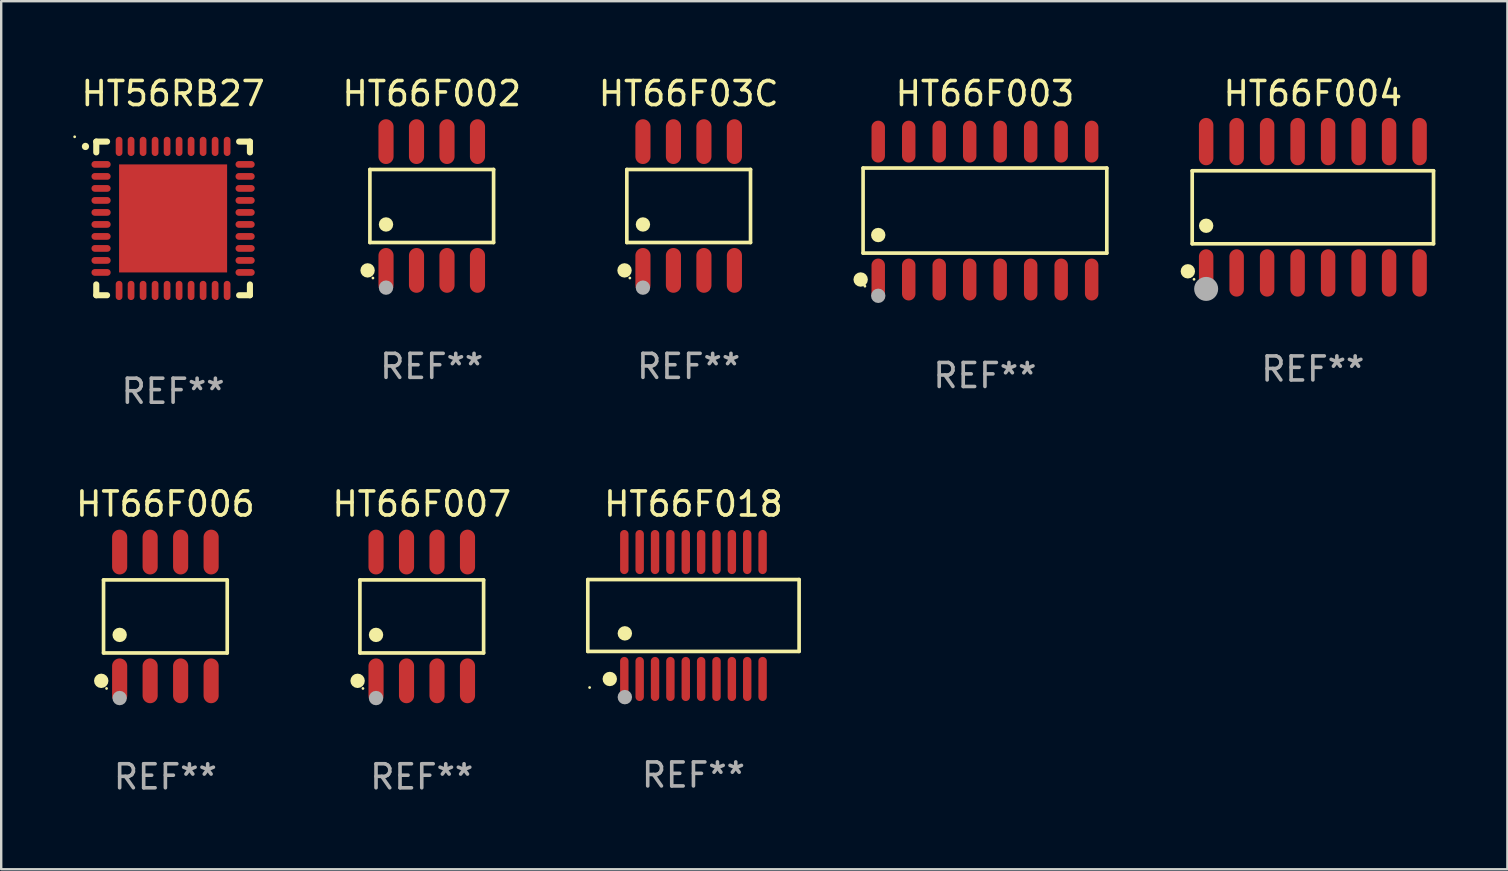
<source format=kicad_pcb>
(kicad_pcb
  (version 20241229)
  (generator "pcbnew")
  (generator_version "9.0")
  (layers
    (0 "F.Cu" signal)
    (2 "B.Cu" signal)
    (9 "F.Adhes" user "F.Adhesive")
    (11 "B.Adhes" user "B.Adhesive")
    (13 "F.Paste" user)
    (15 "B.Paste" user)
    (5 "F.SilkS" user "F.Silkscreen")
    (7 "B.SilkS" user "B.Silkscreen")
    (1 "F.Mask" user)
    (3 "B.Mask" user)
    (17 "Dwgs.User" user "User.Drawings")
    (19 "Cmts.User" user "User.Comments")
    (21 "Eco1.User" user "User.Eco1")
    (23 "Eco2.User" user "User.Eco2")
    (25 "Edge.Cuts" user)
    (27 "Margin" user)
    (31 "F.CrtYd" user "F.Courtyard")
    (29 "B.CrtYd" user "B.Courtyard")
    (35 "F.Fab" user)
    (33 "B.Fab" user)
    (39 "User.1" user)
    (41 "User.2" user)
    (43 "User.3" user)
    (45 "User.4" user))
  (footprint "HT66F018"
    (layer "F.Cu")
    (at 25.835 22.588)
    (property "Reference" "HT66F018" (at 0 -4.644 0) (layer "F.SilkS") (effects (font (size 1 1) (thickness 0.15))))
    (attr through_hole)
    (fp_line (start -4.401 -1.497) (end 4.401 -1.497) (stroke (width 0.152) (type solid)) (layer "F.SilkS"))
    (fp_line (start -4.401 1.496) (end -4.401 -1.497) (stroke (width 0.152) (type solid)) (layer "F.SilkS"))
    (fp_line (start 4.401 -1.497) (end 4.401 1.496) (stroke (width 0.152) (type solid)) (layer "F.SilkS"))
    (fp_line (start 4.401 1.496) (end -4.401 1.496) (stroke (width 0.152) (type solid)) (layer "F.SilkS"))
    (fp_circle (center -4.325 3) (end -4.295 3) (stroke (width 0.06) (type solid)) (fill no) (layer "F.SilkS"))
    (fp_circle (center -3.485 2.644) (end -3.335 2.644) (stroke (width 0.3) (type solid)) (fill no) (layer "F.SilkS"))
    (fp_circle (center -2.858 0.744) (end -2.707 0.744) (stroke (width 0.3) (type solid)) (fill no) (layer "F.SilkS"))
    (fp_circle (center -2.858 3.4) (end -2.707 3.4) (stroke (width 0.3) (type solid)) (fill no) (layer "F.Fab"))
    (fp_text user "REF**" (at 0 6.644 0) (layer "F.Fab") (effects (font (size 1 1) (thickness 0.15))))
    (pad "1" smd oval (at -2.88 2.644) (size 0.35 1.837) (layers "F.Cu" "F.Mask" "F.Paste"))
    (pad "2" smd oval (at -2.24 2.644) (size 0.35 1.837) (layers "F.Cu" "F.Mask" "F.Paste"))
    (pad "3" smd oval (at -1.6 2.644) (size 0.35 1.837) (layers "F.Cu" "F.Mask" "F.Paste"))
    (pad "4" smd oval (at -0.96 2.644) (size 0.35 1.837) (layers "F.Cu" "F.Mask" "F.Paste"))
    (pad "5" smd oval (at -0.32 2.644) (size 0.35 1.837) (layers "F.Cu" "F.Mask" "F.Paste"))
    (pad "6" smd oval (at 0.32 2.644) (size 0.35 1.837) (layers "F.Cu" "F.Mask" "F.Paste"))
    (pad "7" smd oval (at 0.96 2.644) (size 0.35 1.837) (layers "F.Cu" "F.Mask" "F.Paste"))
    (pad "8" smd oval (at 1.6 2.644) (size 0.35 1.837) (layers "F.Cu" "F.Mask" "F.Paste"))
    (pad "9" smd oval (at 2.24 2.644) (size 0.35 1.837) (layers "F.Cu" "F.Mask" "F.Paste"))
    (pad "10" smd oval (at 2.88 2.644) (size 0.35 1.837) (layers "F.Cu" "F.Mask" "F.Paste"))
    (pad "11" smd oval (at 2.88 -2.644 180) (size 0.35 1.837) (layers "F.Cu" "F.Mask" "F.Paste"))
    (pad "12" smd oval (at 2.24 -2.644 180) (size 0.35 1.837) (layers "F.Cu" "F.Mask" "F.Paste"))
    (pad "13" smd oval (at 1.6 -2.644 180) (size 0.35 1.837) (layers "F.Cu" "F.Mask" "F.Paste"))
    (pad "14" smd oval (at 0.96 -2.644 180) (size 0.35 1.837) (layers "F.Cu" "F.Mask" "F.Paste"))
    (pad "15" smd oval (at 0.32 -2.644 180) (size 0.35 1.837) (layers "F.Cu" "F.Mask" "F.Paste"))
    (pad "16" smd oval (at -0.32 -2.644 180) (size 0.35 1.837) (layers "F.Cu" "F.Mask" "F.Paste"))
    (pad "17" smd oval (at -0.96 -2.644 180) (size 0.35 1.837) (layers "F.Cu" "F.Mask" "F.Paste"))
    (pad "18" smd oval (at -1.6 -2.644 180) (size 0.35 1.837) (layers "F.Cu" "F.Mask" "F.Paste"))
    (pad "19" smd oval (at -2.24 -2.644 180) (size 0.35 1.837) (layers "F.Cu" "F.Mask" "F.Paste"))
    (pad "20" smd oval (at -2.88 -2.644 180) (size 0.35 1.837) (layers "F.Cu" "F.Mask" "F.Paste")))
  (footprint "HT66F003"
    (layer "F.Cu")
    (at 37.977 5.721)
    (property "Reference" "HT66F003" (at 0 -4.872 0) (layer "F.SilkS") (effects (font (size 1 1) (thickness 0.15))))
    (attr through_hole)
    (fp_line (start -5.076 -1.771) (end 5.076 -1.771) (stroke (width 0.152) (type solid)) (layer "F.SilkS"))
    (fp_line (start -5.076 1.771) (end -5.076 -1.771) (stroke (width 0.152) (type solid)) (layer "F.SilkS"))
    (fp_line (start 5.076 -1.771) (end 5.076 1.771) (stroke (width 0.152) (type solid)) (layer "F.SilkS"))
    (fp_line (start 5.076 1.771) (end -5.076 1.771) (stroke (width 0.152) (type solid)) (layer "F.SilkS"))
    (fp_circle (center -5.177 2.872) (end -5.027 2.872) (stroke (width 0.3) (type solid)) (fill no) (layer "F.SilkS"))
    (fp_circle (center -5 3.15) (end -4.97 3.15) (stroke (width 0.06) (type solid)) (fill no) (layer "F.SilkS"))
    (fp_circle (center -4.445 1.019) (end -4.295 1.019) (stroke (width 0.3) (type solid)) (fill no) (layer "F.SilkS"))
    (fp_circle (center -4.445 3.55) (end -4.295 3.55) (stroke (width 0.3) (type solid)) (fill no) (layer "F.Fab"))
    (fp_text user "REF**" (at 0 6.872 0) (layer "F.Fab") (effects (font (size 1 1) (thickness 0.15))))
    (pad "1" smd oval (at -4.445 2.872) (size 0.56 1.745) (layers "F.Cu" "F.Mask" "F.Paste"))
    (pad "2" smd oval (at -3.175 2.872) (size 0.56 1.745) (layers "F.Cu" "F.Mask" "F.Paste"))
    (pad "3" smd oval (at -1.905 2.872) (size 0.56 1.745) (layers "F.Cu" "F.Mask" "F.Paste"))
    (pad "4" smd oval (at -0.635 2.872) (size 0.56 1.745) (layers "F.Cu" "F.Mask" "F.Paste"))
    (pad "5" smd oval (at 0.635 2.872) (size 0.56 1.745) (layers "F.Cu" "F.Mask" "F.Paste"))
    (pad "6" smd oval (at 1.905 2.872) (size 0.56 1.745) (layers "F.Cu" "F.Mask" "F.Paste"))
    (pad "7" smd oval (at 3.175 2.872) (size 0.56 1.745) (layers "F.Cu" "F.Mask" "F.Paste"))
    (pad "8" smd oval (at 4.445 2.872) (size 0.56 1.745) (layers "F.Cu" "F.Mask" "F.Paste"))
    (pad "9" smd oval (at 4.445 -2.872) (size 0.56 1.745) (layers "F.Cu" "F.Mask" "F.Paste"))
    (pad "10" smd oval (at 3.175 -2.872) (size 0.56 1.745) (layers "F.Cu" "F.Mask" "F.Paste"))
    (pad "11" smd oval (at 1.905 -2.872) (size 0.56 1.745) (layers "F.Cu" "F.Mask" "F.Paste"))
    (pad "12" smd oval (at 0.635 -2.872) (size 0.56 1.745) (layers "F.Cu" "F.Mask" "F.Paste"))
    (pad "13" smd oval (at -0.635 -2.872) (size 0.56 1.745) (layers "F.Cu" "F.Mask" "F.Paste"))
    (pad "14" smd oval (at -1.905 -2.872) (size 0.56 1.745) (layers "F.Cu" "F.Mask" "F.Paste"))
    (pad "15" smd oval (at -3.175 -2.872) (size 0.56 1.745) (layers "F.Cu" "F.Mask" "F.Paste"))
    (pad "16" smd oval (at -4.445 -2.872) (size 0.56 1.745) (layers "F.Cu" "F.Mask" "F.Paste")))
  (footprint "HT56RB27"
    (layer "F.Cu")
    (at 4.16 6.048)
    (property "Reference" "HT56RB27" (at 0 -5.2 0) (layer "F.SilkS") (effects (font (size 1 1) (thickness 0.15))))
    (attr through_hole)
    (fp_line (start -3.2 -3.2) (end -2.75 -3.2) (stroke (width 0.254) (type solid)) (layer "F.SilkS"))
    (fp_line (start -3.2 -2.75) (end -3.2 -3.2) (stroke (width 0.254) (type solid)) (layer "F.SilkS"))
    (fp_line (start -3.2 3.2) (end -3.2 2.75) (stroke (width 0.254) (type solid)) (layer "F.SilkS"))
    (fp_line (start -2.75 3.2) (end -3.2 3.2) (stroke (width 0.254) (type solid)) (layer "F.SilkS"))
    (fp_line (start 2.75 3.2) (end 3.2 3.2) (stroke (width 0.254) (type solid)) (layer "F.SilkS"))
    (fp_line (start 3.2 -3.2) (end 2.75 -3.2) (stroke (width 0.254) (type solid)) (layer "F.SilkS"))
    (fp_line (start 3.2 -2.75) (end 3.2 -3.2) (stroke (width 0.254) (type solid)) (layer "F.SilkS"))
    (fp_line (start 3.2 3.2) (end 3.2 2.75) (stroke (width 0.254) (type solid)) (layer "F.SilkS"))
    (fp_arc (start -3.649987 -2.997206) (mid -3.649992 -2.998476) (end -3.649987 -2.999746) (stroke (width 0.3) (type solid)) (layer "F.SilkS"))
    (fp_circle (center -4.1 -3.4) (end -4.07 -3.4) (stroke (width 0.06) (type solid)) (fill no) (layer "F.SilkS"))
    (fp_text user "REF**" (at 0 7.2 0) (layer "F.Fab") (effects (font (size 1 1) (thickness 0.15))))
    (pad "1" smd oval (at -3 -2.25 90) (size 0.28 0.8) (layers "F.Cu" "F.Mask" "F.Paste"))
    (pad "2" smd oval (at -3 -1.75 90) (size 0.28 0.8) (layers "F.Cu" "F.Mask" "F.Paste"))
    (pad "3" smd oval (at -3 -1.25 90) (size 0.28 0.8) (layers "F.Cu" "F.Mask" "F.Paste"))
    (pad "4" smd oval (at -3 -0.75 90) (size 0.28 0.8) (layers "F.Cu" "F.Mask" "F.Paste"))
    (pad "5" smd oval (at -3 -0.25 90) (size 0.28 0.8) (layers "F.Cu" "F.Mask" "F.Paste"))
    (pad "6" smd oval (at -3 0.25 90) (size 0.28 0.8) (layers "F.Cu" "F.Mask" "F.Paste"))
    (pad "7" smd oval (at -3 0.75 90) (size 0.28 0.8) (layers "F.Cu" "F.Mask" "F.Paste"))
    (pad "8" smd oval (at -3 1.25 90) (size 0.28 0.8) (layers "F.Cu" "F.Mask" "F.Paste"))
    (pad "9" smd oval (at -3 1.75 90) (size 0.28 0.8) (layers "F.Cu" "F.Mask" "F.Paste"))
    (pad "10" smd oval (at -3 2.25 90) (size 0.28 0.8) (layers "F.Cu" "F.Mask" "F.Paste"))
    (pad "11" smd oval (at -2.25 3) (size 0.28 0.8) (layers "F.Cu" "F.Mask" "F.Paste"))
    (pad "12" smd oval (at -1.75 3) (size 0.28 0.8) (layers "F.Cu" "F.Mask" "F.Paste"))
    (pad "13" smd oval (at -1.25 3) (size 0.28 0.8) (layers "F.Cu" "F.Mask" "F.Paste"))
    (pad "14" smd oval (at -0.75 3) (size 0.28 0.8) (layers "F.Cu" "F.Mask" "F.Paste"))
    (pad "15" smd oval (at -0.25 3) (size 0.28 0.8) (layers "F.Cu" "F.Mask" "F.Paste"))
    (pad "16" smd oval (at 0.25 3) (size 0.28 0.8) (layers "F.Cu" "F.Mask" "F.Paste"))
    (pad "17" smd oval (at 0.75 3) (size 0.28 0.8) (layers "F.Cu" "F.Mask" "F.Paste"))
    (pad "18" smd oval (at 1.25 3) (size 0.28 0.8) (layers "F.Cu" "F.Mask" "F.Paste"))
    (pad "19" smd oval (at 1.75 3) (size 0.28 0.8) (layers "F.Cu" "F.Mask" "F.Paste"))
    (pad "20" smd oval (at 2.25 3) (size 0.28 0.8) (layers "F.Cu" "F.Mask" "F.Paste"))
    (pad "21" smd oval (at 3 2.25 90) (size 0.28 0.8) (layers "F.Cu" "F.Mask" "F.Paste"))
    (pad "22" smd oval (at 3 1.75 90) (size 0.28 0.8) (layers "F.Cu" "F.Mask" "F.Paste"))
    (pad "23" smd oval (at 3 1.25 90) (size 0.28 0.8) (layers "F.Cu" "F.Mask" "F.Paste"))
    (pad "24" smd oval (at 3 0.75 90) (size 0.28 0.8) (layers "F.Cu" "F.Mask" "F.Paste"))
    (pad "25" smd oval (at 3 0.25 90) (size 0.28 0.8) (layers "F.Cu" "F.Mask" "F.Paste"))
    (pad "26" smd oval (at 3 -0.25 90) (size 0.28 0.8) (layers "F.Cu" "F.Mask" "F.Paste"))
    (pad "27" smd oval (at 3 -0.75 90) (size 0.28 0.8) (layers "F.Cu" "F.Mask" "F.Paste"))
    (pad "28" smd oval (at 3 -1.25 90) (size 0.28 0.8) (layers "F.Cu" "F.Mask" "F.Paste"))
    (pad "29" smd oval (at 3 -1.75 90) (size 0.28 0.8) (layers "F.Cu" "F.Mask" "F.Paste"))
    (pad "30" smd oval (at 3 -2.25 90) (size 0.28 0.8) (layers "F.Cu" "F.Mask" "F.Paste"))
    (pad "31" smd oval (at 2.25 -3) (size 0.28 0.8) (layers "F.Cu" "F.Mask" "F.Paste"))
    (pad "32" smd oval (at 1.75 -3) (size 0.28 0.8) (layers "F.Cu" "F.Mask" "F.Paste"))
    (pad "33" smd oval (at 1.25 -3) (size 0.28 0.8) (layers "F.Cu" "F.Mask" "F.Paste"))
    (pad "34" smd oval (at 0.75 -3) (size 0.28 0.8) (layers "F.Cu" "F.Mask" "F.Paste"))
    (pad "35" smd oval (at 0.25 -3) (size 0.28 0.8) (layers "F.Cu" "F.Mask" "F.Paste"))
    (pad "36" smd oval (at -0.25 -3) (size 0.28 0.8) (layers "F.Cu" "F.Mask" "F.Paste"))
    (pad "37" smd oval (at -0.75 -3) (size 0.28 0.8) (layers "F.Cu" "F.Mask" "F.Paste"))
    (pad "38" smd oval (at -1.25 -3) (size 0.28 0.8) (layers "F.Cu" "F.Mask" "F.Paste"))
    (pad "39" smd oval (at -1.75 -3) (size 0.28 0.8) (layers "F.Cu" "F.Mask" "F.Paste"))
    (pad "40" smd oval (at -2.25 -3) (size 0.28 0.8) (layers "F.Cu" "F.Mask" "F.Paste"))
    (pad "41" smd rect (at 0 0) (size 4.5 4.5) (layers "F.Cu" "F.Mask" "F.Paste")))
  (footprint "HT66F03C"
    (layer "F.Cu")
    (at 25.636 5.531)
    (property "Reference" "HT66F03C" (at 0 -4.682 0) (layer "F.SilkS") (effects (font (size 1 1) (thickness 0.15))))
    (attr through_hole)
    (fp_line (start -2.576 -1.521) (end 2.576 -1.521) (stroke (width 0.152) (type solid)) (layer "F.SilkS"))
    (fp_line (start -2.576 1.521) (end -2.576 -1.521) (stroke (width 0.152) (type solid)) (layer "F.SilkS"))
    (fp_line (start 2.576 -1.521) (end 2.576 1.521) (stroke (width 0.152) (type solid)) (layer "F.SilkS"))
    (fp_line (start 2.576 1.521) (end -2.576 1.521) (stroke (width 0.152) (type solid)) (layer "F.SilkS"))
    (fp_circle (center -2.672 2.682) (end -2.522 2.682) (stroke (width 0.3) (type solid)) (fill no) (layer "F.SilkS"))
    (fp_circle (center -2.45 3) (end -2.42 3) (stroke (width 0.06) (type solid)) (fill no) (layer "F.SilkS"))
    (fp_circle (center -1.905 0.769) (end -1.755 0.769) (stroke (width 0.3) (type solid)) (fill no) (layer "F.SilkS"))
    (fp_circle (center -1.905 3.4) (end -1.755 3.4) (stroke (width 0.3) (type solid)) (fill no) (layer "F.Fab"))
    (fp_text user "REF**" (at 0 6.682 0) (layer "F.Fab") (effects (font (size 1 1) (thickness 0.15))))
    (pad "1" smd oval (at -1.905 2.682) (size 0.63 1.865) (layers "F.Cu" "F.Mask" "F.Paste"))
    (pad "2" smd oval (at -0.635 2.682) (size 0.63 1.865) (layers "F.Cu" "F.Mask" "F.Paste"))
    (pad "3" smd oval (at 0.635 2.682) (size 0.63 1.865) (layers "F.Cu" "F.Mask" "F.Paste"))
    (pad "4" smd oval (at 1.905 2.682) (size 0.63 1.865) (layers "F.Cu" "F.Mask" "F.Paste"))
    (pad "5" smd oval (at 1.905 -2.682) (size 0.63 1.865) (layers "F.Cu" "F.Mask" "F.Paste"))
    (pad "6" smd oval (at 0.635 -2.682) (size 0.63 1.865) (layers "F.Cu" "F.Mask" "F.Paste"))
    (pad "7" smd oval (at -0.635 -2.682) (size 0.63 1.865) (layers "F.Cu" "F.Mask" "F.Paste"))
    (pad "8" smd oval (at -1.905 -2.682) (size 0.63 1.865) (layers "F.Cu" "F.Mask" "F.Paste")))
  (footprint "HT66F007"
    (layer "F.Cu")
    (at 14.518 22.627)
    (property "Reference" "HT66F007" (at 0 -4.682 0) (layer "F.SilkS") (effects (font (size 1 1) (thickness 0.15))))
    (attr through_hole)
    (fp_line (start -2.576 -1.521) (end 2.576 -1.521) (stroke (width 0.152) (type solid)) (layer "F.SilkS"))
    (fp_line (start -2.576 1.521) (end -2.576 -1.521) (stroke (width 0.152) (type solid)) (layer "F.SilkS"))
    (fp_line (start 2.576 -1.521) (end 2.576 1.521) (stroke (width 0.152) (type solid)) (layer "F.SilkS"))
    (fp_line (start 2.576 1.521) (end -2.576 1.521) (stroke (width 0.152) (type solid)) (layer "F.SilkS"))
    (fp_circle (center -2.672 2.682) (end -2.522 2.682) (stroke (width 0.3) (type solid)) (fill no) (layer "F.SilkS"))
    (fp_circle (center -2.45 3) (end -2.42 3) (stroke (width 0.06) (type solid)) (fill no) (layer "F.SilkS"))
    (fp_circle (center -1.905 0.769) (end -1.755 0.769) (stroke (width 0.3) (type solid)) (fill no) (layer "F.SilkS"))
    (fp_circle (center -1.905 3.4) (end -1.755 3.4) (stroke (width 0.3) (type solid)) (fill no) (layer "F.Fab"))
    (fp_text user "REF**" (at 0 6.682 0) (layer "F.Fab") (effects (font (size 1 1) (thickness 0.15))))
    (pad "1" smd oval (at -1.905 2.682) (size 0.63 1.865) (layers "F.Cu" "F.Mask" "F.Paste"))
    (pad "2" smd oval (at -0.635 2.682) (size 0.63 1.865) (layers "F.Cu" "F.Mask" "F.Paste"))
    (pad "3" smd oval (at 0.635 2.682) (size 0.63 1.865) (layers "F.Cu" "F.Mask" "F.Paste"))
    (pad "4" smd oval (at 1.905 2.682) (size 0.63 1.865) (layers "F.Cu" "F.Mask" "F.Paste"))
    (pad "5" smd oval (at 1.905 -2.682) (size 0.63 1.865) (layers "F.Cu" "F.Mask" "F.Paste"))
    (pad "6" smd oval (at 0.635 -2.682) (size 0.63 1.865) (layers "F.Cu" "F.Mask" "F.Paste"))
    (pad "7" smd oval (at -0.635 -2.682) (size 0.63 1.865) (layers "F.Cu" "F.Mask" "F.Paste"))
    (pad "8" smd oval (at -1.905 -2.682) (size 0.63 1.865) (layers "F.Cu" "F.Mask" "F.Paste")))
  (footprint "HT66F006"
    (layer "F.Cu")
    (at 3.839 22.627)
    (property "Reference" "HT66F006" (at 0 -4.682 0) (layer "F.SilkS") (effects (font (size 1 1) (thickness 0.15))))
    (attr through_hole)
    (fp_line (start -2.576 -1.521) (end 2.576 -1.521) (stroke (width 0.152) (type solid)) (layer "F.SilkS"))
    (fp_line (start -2.576 1.521) (end -2.576 -1.521) (stroke (width 0.152) (type solid)) (layer "F.SilkS"))
    (fp_line (start 2.576 -1.521) (end 2.576 1.521) (stroke (width 0.152) (type solid)) (layer "F.SilkS"))
    (fp_line (start 2.576 1.521) (end -2.576 1.521) (stroke (width 0.152) (type solid)) (layer "F.SilkS"))
    (fp_circle (center -2.672 2.682) (end -2.522 2.682) (stroke (width 0.3) (type solid)) (fill no) (layer "F.SilkS"))
    (fp_circle (center -2.45 3) (end -2.42 3) (stroke (width 0.06) (type solid)) (fill no) (layer "F.SilkS"))
    (fp_circle (center -1.905 0.769) (end -1.755 0.769) (stroke (width 0.3) (type solid)) (fill no) (layer "F.SilkS"))
    (fp_circle (center -1.905 3.4) (end -1.755 3.4) (stroke (width 0.3) (type solid)) (fill no) (layer "F.Fab"))
    (fp_text user "REF**" (at 0 6.682 0) (layer "F.Fab") (effects (font (size 1 1) (thickness 0.15))))
    (pad "1" smd oval (at -1.905 2.682) (size 0.63 1.865) (layers "F.Cu" "F.Mask" "F.Paste"))
    (pad "2" smd oval (at -0.635 2.682) (size 0.63 1.865) (layers "F.Cu" "F.Mask" "F.Paste"))
    (pad "3" smd oval (at 0.635 2.682) (size 0.63 1.865) (layers "F.Cu" "F.Mask" "F.Paste"))
    (pad "4" smd oval (at 1.905 2.682) (size 0.63 1.865) (layers "F.Cu" "F.Mask" "F.Paste"))
    (pad "5" smd oval (at 1.905 -2.682) (size 0.63 1.865) (layers "F.Cu" "F.Mask" "F.Paste"))
    (pad "6" smd oval (at 0.635 -2.682) (size 0.63 1.865) (layers "F.Cu" "F.Mask" "F.Paste"))
    (pad "7" smd oval (at -0.635 -2.682) (size 0.63 1.865) (layers "F.Cu" "F.Mask" "F.Paste"))
    (pad "8" smd oval (at -1.905 -2.682) (size 0.63 1.865) (layers "F.Cu" "F.Mask" "F.Paste")))
  (footprint "HT66F004"
    (layer "F.Cu")
    (at 51.636 5.584)
    (property "Reference" "HT66F004" (at 0 -4.736 0) (layer "F.SilkS") (effects (font (size 1 1) (thickness 0.15))))
    (attr through_hole)
    (fp_line (start -5.026 -1.521) (end 5.026 -1.521) (stroke (width 0.152) (type solid)) (layer "F.SilkS"))
    (fp_line (start -5.026 1.521) (end -5.026 -1.521) (stroke (width 0.152) (type solid)) (layer "F.SilkS"))
    (fp_line (start 5.026 -1.521) (end 5.026 1.521) (stroke (width 0.152) (type solid)) (layer "F.SilkS"))
    (fp_line (start 5.026 1.521) (end -5.026 1.521) (stroke (width 0.152) (type solid)) (layer "F.SilkS"))
    (fp_circle (center -5.207 2.667) (end -5.057 2.667) (stroke (width 0.3) (type solid)) (fill no) (layer "F.SilkS"))
    (fp_circle (center -4.95 3) (end -4.92 3) (stroke (width 0.06) (type solid)) (fill no) (layer "F.SilkS"))
    (fp_circle (center -4.445 0.769) (end -4.295 0.769) (stroke (width 0.3) (type solid)) (fill no) (layer "F.SilkS"))
    (fp_circle (center -4.445 3.4) (end -4.195 3.4) (stroke (width 0.5) (type solid)) (fill no) (layer "F.Fab"))
    (fp_text user "REF**" (at 0 6.736 0) (layer "F.Fab") (effects (font (size 1 1) (thickness 0.15))))
    (pad "1" smd oval (at -4.445 2.736) (size 0.602 1.971) (layers "F.Cu" "F.Mask" "F.Paste"))
    (pad "2" smd oval (at -3.175 2.736) (size 0.602 1.971) (layers "F.Cu" "F.Mask" "F.Paste"))
    (pad "3" smd oval (at -1.905 2.736) (size 0.602 1.971) (layers "F.Cu" "F.Mask" "F.Paste"))
    (pad "4" smd oval (at -0.635 2.736) (size 0.602 1.971) (layers "F.Cu" "F.Mask" "F.Paste"))
    (pad "5" smd oval (at 0.635 2.736) (size 0.602 1.971) (layers "F.Cu" "F.Mask" "F.Paste"))
    (pad "6" smd oval (at 1.905 2.736) (size 0.602 1.971) (layers "F.Cu" "F.Mask" "F.Paste"))
    (pad "7" smd oval (at 3.175 2.736) (size 0.602 1.971) (layers "F.Cu" "F.Mask" "F.Paste"))
    (pad "8" smd oval (at 4.445 2.736) (size 0.602 1.971) (layers "F.Cu" "F.Mask" "F.Paste"))
    (pad "9" smd oval (at 4.445 -2.736) (size 0.602 1.971) (layers "F.Cu" "F.Mask" "F.Paste"))
    (pad "10" smd oval (at 3.175 -2.736) (size 0.602 1.971) (layers "F.Cu" "F.Mask" "F.Paste"))
    (pad "11" smd oval (at 1.905 -2.736) (size 0.602 1.971) (layers "F.Cu" "F.Mask" "F.Paste"))
    (pad "12" smd oval (at 0.635 -2.736) (size 0.602 1.971) (layers "F.Cu" "F.Mask" "F.Paste"))
    (pad "13" smd oval (at -0.635 -2.736) (size 0.602 1.971) (layers "F.Cu" "F.Mask" "F.Paste"))
    (pad "14" smd oval (at -1.905 -2.736) (size 0.602 1.971) (layers "F.Cu" "F.Mask" "F.Paste"))
    (pad "15" smd oval (at -3.175 -2.736) (size 0.602 1.971) (layers "F.Cu" "F.Mask" "F.Paste"))
    (pad "16" smd oval (at -4.445 -2.736) (size 0.602 1.971) (layers "F.Cu" "F.Mask" "F.Paste")))
  (footprint "HT66F002"
    (layer "F.Cu")
    (at 14.934 5.531)
    (property "Reference" "HT66F002" (at 0 -4.682 0) (layer "F.SilkS") (effects (font (size 1 1) (thickness 0.15))))
    (attr through_hole)
    (fp_line (start -2.576 -1.521) (end 2.576 -1.521) (stroke (width 0.152) (type solid)) (layer "F.SilkS"))
    (fp_line (start -2.576 1.521) (end -2.576 -1.521) (stroke (width 0.152) (type solid)) (layer "F.SilkS"))
    (fp_line (start 2.576 -1.521) (end 2.576 1.521) (stroke (width 0.152) (type solid)) (layer "F.SilkS"))
    (fp_line (start 2.576 1.521) (end -2.576 1.521) (stroke (width 0.152) (type solid)) (layer "F.SilkS"))
    (fp_circle (center -2.672 2.682) (end -2.522 2.682) (stroke (width 0.3) (type solid)) (fill no) (layer "F.SilkS"))
    (fp_circle (center -2.45 3) (end -2.42 3) (stroke (width 0.06) (type solid)) (fill no) (layer "F.SilkS"))
    (fp_circle (center -1.905 0.769) (end -1.755 0.769) (stroke (width 0.3) (type solid)) (fill no) (layer "F.SilkS"))
    (fp_circle (center -1.905 3.4) (end -1.755 3.4) (stroke (width 0.3) (type solid)) (fill no) (layer "F.Fab"))
    (fp_text user "REF**" (at 0 6.682 0) (layer "F.Fab") (effects (font (size 1 1) (thickness 0.15))))
    (pad "1" smd oval (at -1.905 2.682) (size 0.63 1.865) (layers "F.Cu" "F.Mask" "F.Paste"))
    (pad "2" smd oval (at -0.635 2.682) (size 0.63 1.865) (layers "F.Cu" "F.Mask" "F.Paste"))
    (pad "3" smd oval (at 0.635 2.682) (size 0.63 1.865) (layers "F.Cu" "F.Mask" "F.Paste"))
    (pad "4" smd oval (at 1.905 2.682) (size 0.63 1.865) (layers "F.Cu" "F.Mask" "F.Paste"))
    (pad "5" smd oval (at 1.905 -2.682) (size 0.63 1.865) (layers "F.Cu" "F.Mask" "F.Paste"))
    (pad "6" smd oval (at 0.635 -2.682) (size 0.63 1.865) (layers "F.Cu" "F.Mask" "F.Paste"))
    (pad "7" smd oval (at -0.635 -2.682) (size 0.63 1.865) (layers "F.Cu" "F.Mask" "F.Paste"))
    (pad "8" smd oval (at -1.905 -2.682) (size 0.63 1.865) (layers "F.Cu" "F.Mask" "F.Paste")))
  (gr_rect
    (start -3 -3)
    (end 59.739 33.158)
    (stroke (width 0.1) (type default))
    (fill no)
    (layer "Edge.Cuts")))
</source>
